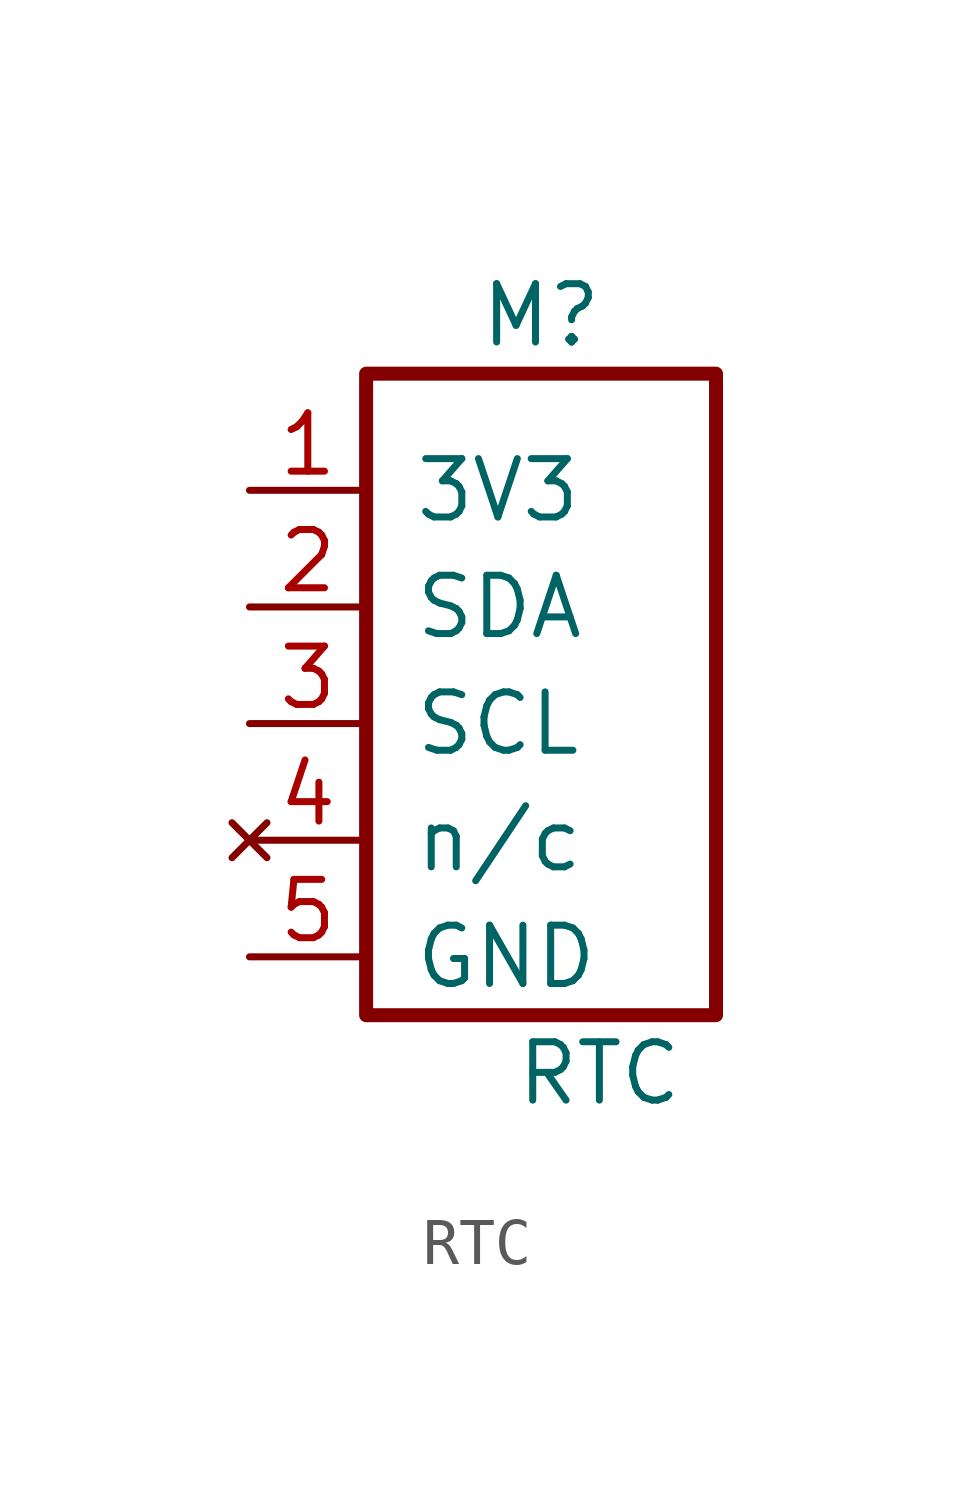
<source format=kicad_sym>
(kicad_symbol_lib
  (version 20220914)
  (generator kicad_symbol_editor)
  (symbol "RTC"
    (pin_names
      (offset 1.016))
    (property "Reference" "M"
      (at 1.27 10.16 0)
      (effects (font (size 1.27 1.27))))
    (property "Value" "RTC"
      (at 2.54 -6.35 0)
      (effects (font (size 1.27 1.27))))
    (symbol "RTC_0_0"
      (pin power_in line (at -5.08 6.35 0) (length 2.54) (name "3V3" (effects (font (size 1.27 1.27)))) (number "1" (effects (font (size 1.27 1.27)))))
      (pin unspecified line (at -5.08 3.81 0) (length 2.54) (name "SDA" (effects (font (size 1.27 1.27)))) (number "2" (effects (font (size 1.27 1.27)))))
      (pin unspecified line (at -5.08 1.27 0) (length 2.54) (name "SCL" (effects (font (size 1.27 1.27)))) (number "3" (effects (font (size 1.27 1.27)))))
      (pin no_connect line (at -5.08 -1.27 0) (length 2.54) (name "n/c" (effects (font (size 1.27 1.27)))) (number "4" (effects (font (size 1.27 1.27)))))
      (pin unspecified line (at -5.08 -3.81 0) (length 2.54) (name "GND" (effects (font (size 1.27 1.27)))) (number "5" (effects (font (size 1.27 1.27))))))
    (symbol "RTC_0_1"
      (rectangle (start 5.08 -5.08) (end -2.54 8.89) (stroke (width 0.305) (type solid)) (fill (type none))))))
</source>
